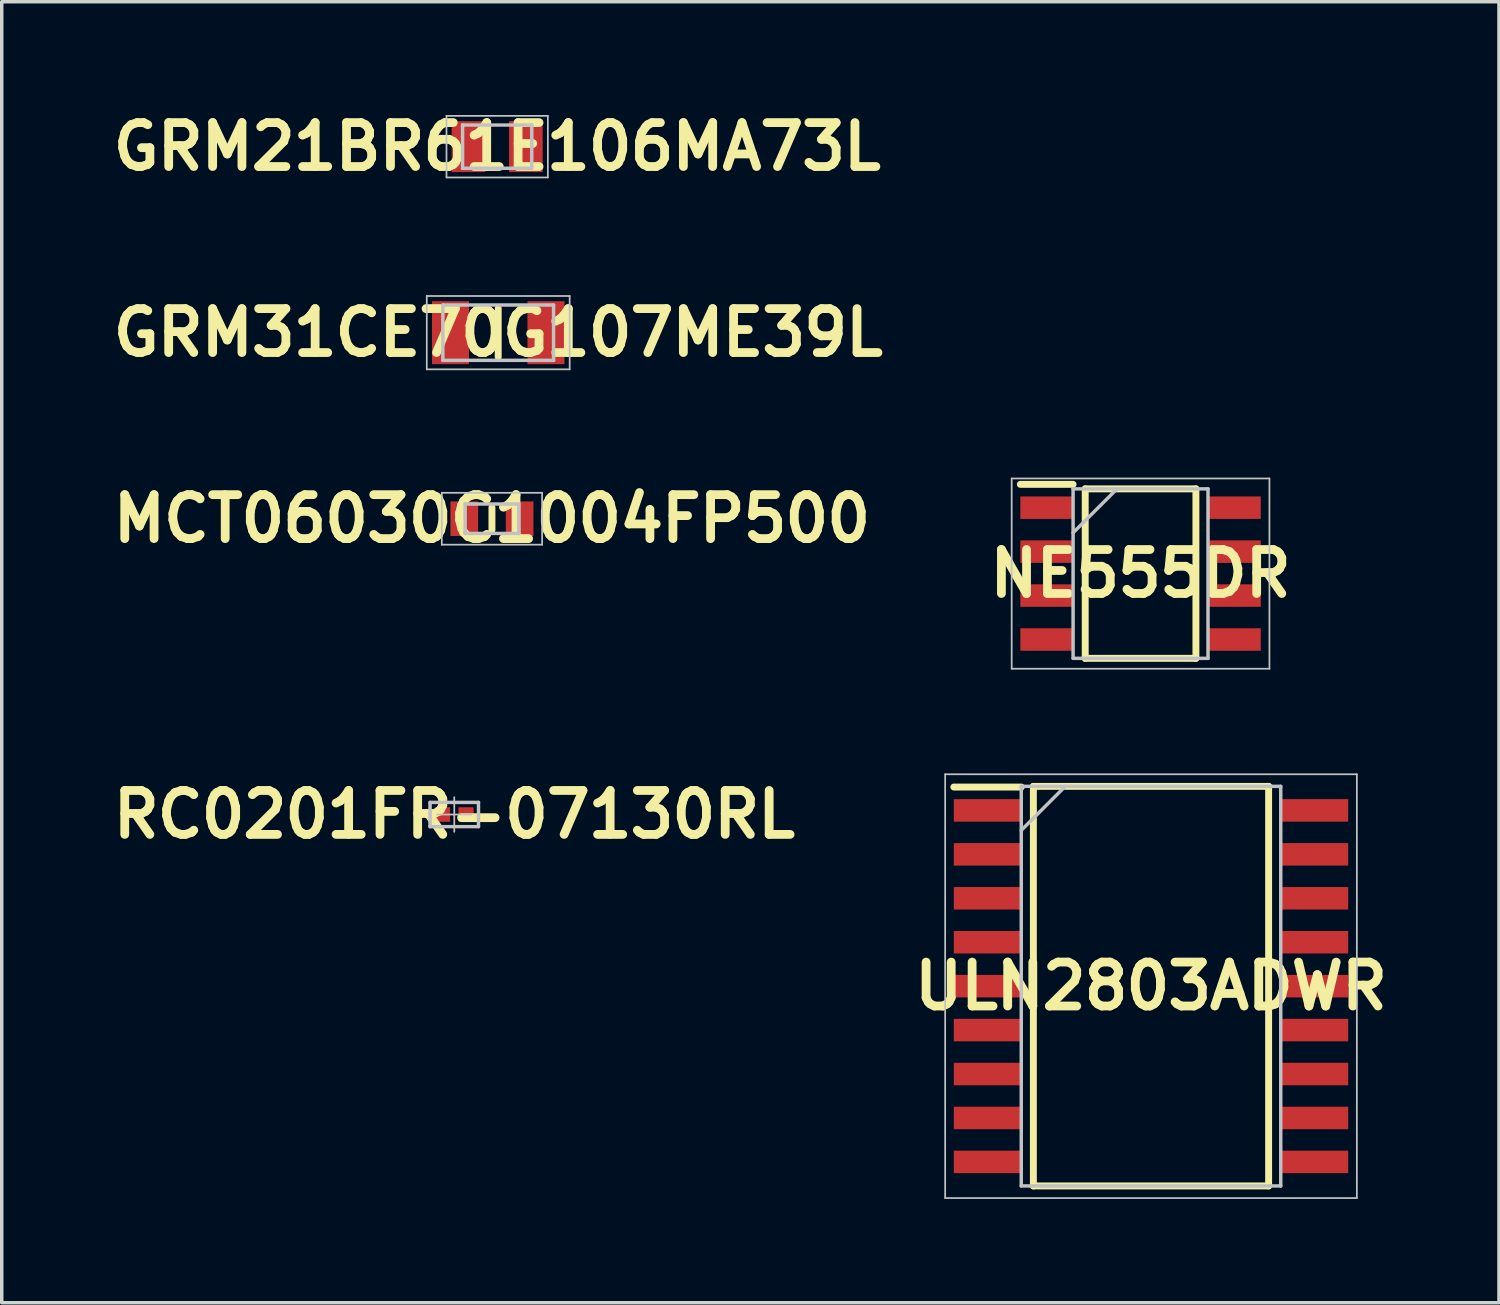
<source format=kicad_pcb>
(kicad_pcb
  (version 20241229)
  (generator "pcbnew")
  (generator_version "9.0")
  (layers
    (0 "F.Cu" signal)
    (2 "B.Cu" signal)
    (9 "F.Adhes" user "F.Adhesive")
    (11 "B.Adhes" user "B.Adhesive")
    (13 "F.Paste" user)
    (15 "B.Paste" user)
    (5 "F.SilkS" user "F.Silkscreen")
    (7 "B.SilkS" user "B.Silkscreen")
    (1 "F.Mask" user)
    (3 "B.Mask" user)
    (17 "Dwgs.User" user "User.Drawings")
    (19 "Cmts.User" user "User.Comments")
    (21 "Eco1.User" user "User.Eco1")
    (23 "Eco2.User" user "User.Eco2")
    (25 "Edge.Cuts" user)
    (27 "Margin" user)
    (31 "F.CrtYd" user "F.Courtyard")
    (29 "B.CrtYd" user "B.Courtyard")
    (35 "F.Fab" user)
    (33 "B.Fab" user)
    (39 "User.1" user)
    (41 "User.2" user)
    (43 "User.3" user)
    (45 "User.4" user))
  (footprint "RC0201FR-07130RL"
    (layer "F.Cu")
    (at 10.081 20.494)
    (property "Reference" "RC0201FR-07130RL" (at 0 0 0) (layer "F.SilkS") (effects (font (size 1.27 1.27) (thickness 0.254))))
    (attr smd)
    (fp_poly (pts (xy -0.559 -0.203) (xy -0.559 0.203) (xy -0.127 0.203) (xy -0.127 -0.203)) (stroke (width 0.15) (type solid)) (fill yes) (layer "F.Mask"))
    (fp_poly (pts (xy 0.127 -0.203) (xy 0.127 0.203) (xy 0.559 0.203) (xy 0.559 -0.203)) (stroke (width 0.15) (type solid)) (fill yes) (layer "F.Mask"))
    (fp_line (start -0.71 -0.36) (end -0.71 0.36) (stroke (width 0.05) (type solid)) (layer "Dwgs.User"))
    (fp_line (start -0.71 0.36) (end 0.71 0.36) (stroke (width 0.05) (type solid)) (layer "Dwgs.User"))
    (fp_line (start -0.7 -0.35) (end -0.7 0.35) (stroke (width 0.1) (type solid)) (layer "Dwgs.User"))
    (fp_line (start -0.7 0.35) (end 0.7 0.35) (stroke (width 0.1) (type solid)) (layer "Dwgs.User"))
    (fp_line (start -0.5 0) (end 0.5 0) (stroke (width 0.05) (type solid)) (layer "Dwgs.User"))
    (fp_line (start -0.315 -0.165) (end -0.315 0.165) (stroke (width 0.001) (type solid)) (layer "Dwgs.User"))
    (fp_line (start -0.315 0.165) (end 0.315 0.165) (stroke (width 0.001) (type solid)) (layer "Dwgs.User"))
    (fp_line (start 0 0.5) (end 0 -0.5) (stroke (width 0.05) (type solid)) (layer "Dwgs.User"))
    (fp_line (start 0.315 -0.165) (end -0.315 -0.165) (stroke (width 0.001) (type solid)) (layer "Dwgs.User"))
    (fp_line (start 0.315 0.165) (end 0.315 -0.165) (stroke (width 0.001) (type solid)) (layer "Dwgs.User"))
    (fp_line (start 0.7 -0.35) (end -0.7 -0.35) (stroke (width 0.1) (type solid)) (layer "Dwgs.User"))
    (fp_line (start 0.7 0.35) (end 0.7 -0.35) (stroke (width 0.1) (type solid)) (layer "Dwgs.User"))
    (fp_line (start 0.71 -0.36) (end -0.71 -0.36) (stroke (width 0.05) (type solid)) (layer "Dwgs.User"))
    (fp_line (start 0.71 0.36) (end 0.71 -0.36) (stroke (width 0.05) (type solid)) (layer "Dwgs.User"))
    (pad "1" smd rect (at -0.34 0 90) (size 0.42 0.44) (layers "F.Cu" "F.Paste"))
    (pad "2" smd rect (at 0.34 0 90) (size 0.42 0.44) (layers "F.Cu" "F.Paste")))
  (footprint "NE555DR"
    (layer "F.Cu")
    (at 29.918 13.53)
    (property "Reference" "NE555DR" (at 0 0 0) (layer "F.SilkS") (effects (font (size 1.27 1.27) (thickness 0.254))))
    (attr smd)
    (fp_line (start -3.475 -2.58) (end -1.95 -2.58) (stroke (width 0.2) (type solid)) (layer "F.SilkS"))
    (fp_line (start -1.6 -2.45) (end 1.6 -2.45) (stroke (width 0.2) (type solid)) (layer "F.SilkS"))
    (fp_line (start -1.6 2.45) (end -1.6 -2.45) (stroke (width 0.2) (type solid)) (layer "F.SilkS"))
    (fp_line (start 1.6 -2.45) (end 1.6 2.45) (stroke (width 0.2) (type solid)) (layer "F.SilkS"))
    (fp_line (start 1.6 2.45) (end -1.6 2.45) (stroke (width 0.2) (type solid)) (layer "F.SilkS"))
    (fp_line (start -3.725 -2.75) (end 3.725 -2.75) (stroke (width 0.05) (type solid)) (layer "Dwgs.User"))
    (fp_line (start -3.725 2.75) (end -3.725 -2.75) (stroke (width 0.05) (type solid)) (layer "Dwgs.User"))
    (fp_line (start -1.95 -2.45) (end 1.95 -2.45) (stroke (width 0.1) (type solid)) (layer "Dwgs.User"))
    (fp_line (start -1.95 -1.18) (end -0.68 -2.45) (stroke (width 0.1) (type solid)) (layer "Dwgs.User"))
    (fp_line (start -1.95 2.45) (end -1.95 -2.45) (stroke (width 0.1) (type solid)) (layer "Dwgs.User"))
    (fp_line (start 1.95 -2.45) (end 1.95 2.45) (stroke (width 0.1) (type solid)) (layer "Dwgs.User"))
    (fp_line (start 1.95 2.45) (end -1.95 2.45) (stroke (width 0.1) (type solid)) (layer "Dwgs.User"))
    (fp_line (start 3.725 -2.75) (end 3.725 2.75) (stroke (width 0.05) (type solid)) (layer "Dwgs.User"))
    (fp_line (start 3.725 2.75) (end -3.725 2.75) (stroke (width 0.05) (type solid)) (layer "Dwgs.User"))
    (pad "1" smd rect (at -2.712 -1.905 90) (size 0.65 1.525) (layers "F.Cu" "F.Paste"))
    (pad "2" smd rect (at -2.712 -0.635 90) (size 0.65 1.525) (layers "F.Cu" "F.Paste"))
    (pad "3" smd rect (at -2.712 0.635 90) (size 0.65 1.525) (layers "F.Cu" "F.Paste"))
    (pad "4" smd rect (at -2.712 1.905 90) (size 0.65 1.525) (layers "F.Cu" "F.Paste"))
    (pad "5" smd rect (at 2.712 1.905 90) (size 0.65 1.525) (layers "F.Cu" "F.Paste"))
    (pad "6" smd rect (at 2.712 0.635 90) (size 0.65 1.525) (layers "F.Cu" "F.Paste"))
    (pad "7" smd rect (at 2.712 -0.635 90) (size 0.65 1.525) (layers "F.Cu" "F.Paste"))
    (pad "8" smd rect (at 2.712 -1.905 90) (size 0.65 1.525) (layers "F.Cu" "F.Paste")))
  (footprint "ULN2803ADWR"
    (layer "F.Cu")
    (at 30.22 25.455)
    (property "Reference" "ULN2803ADWR" (at 0 0 0) (layer "F.SilkS") (effects (font (size 1.27 1.27) (thickness 0.254))))
    (attr smd)
    (fp_line (start -5.7 -5.755) (end -3.75 -5.755) (stroke (width 0.2) (type solid)) (layer "F.SilkS"))
    (fp_line (start -3.4 -5.775) (end 3.4 -5.775) (stroke (width 0.2) (type solid)) (layer "F.SilkS"))
    (fp_line (start -3.4 5.775) (end -3.4 -5.775) (stroke (width 0.2) (type solid)) (layer "F.SilkS"))
    (fp_line (start 3.4 -5.775) (end 3.4 5.775) (stroke (width 0.2) (type solid)) (layer "F.SilkS"))
    (fp_line (start 3.4 5.775) (end -3.4 5.775) (stroke (width 0.2) (type solid)) (layer "F.SilkS"))
    (fp_line (start -5.95 -6.125) (end 5.95 -6.125) (stroke (width 0.05) (type solid)) (layer "Dwgs.User"))
    (fp_line (start -5.95 6.125) (end -5.95 -6.125) (stroke (width 0.05) (type solid)) (layer "Dwgs.User"))
    (fp_line (start -3.75 -5.775) (end 3.75 -5.775) (stroke (width 0.1) (type solid)) (layer "Dwgs.User"))
    (fp_line (start -3.75 -4.505) (end -2.48 -5.775) (stroke (width 0.1) (type solid)) (layer "Dwgs.User"))
    (fp_line (start -3.75 5.775) (end -3.75 -5.775) (stroke (width 0.1) (type solid)) (layer "Dwgs.User"))
    (fp_line (start 3.75 -5.775) (end 3.75 5.775) (stroke (width 0.1) (type solid)) (layer "Dwgs.User"))
    (fp_line (start 3.75 5.775) (end -3.75 5.775) (stroke (width 0.1) (type solid)) (layer "Dwgs.User"))
    (fp_line (start 5.95 -6.125) (end 5.95 6.125) (stroke (width 0.05) (type solid)) (layer "Dwgs.User"))
    (fp_line (start 5.95 6.125) (end -5.95 6.125) (stroke (width 0.05) (type solid)) (layer "Dwgs.User"))
    (pad "1" smd rect (at -4.725 -5.08 90) (size 0.65 1.95) (layers "F.Cu" "F.Paste"))
    (pad "2" smd rect (at -4.725 -3.81 90) (size 0.65 1.95) (layers "F.Cu" "F.Paste"))
    (pad "3" smd rect (at -4.725 -2.54 90) (size 0.65 1.95) (layers "F.Cu" "F.Paste"))
    (pad "4" smd rect (at -4.725 -1.27 90) (size 0.65 1.95) (layers "F.Cu" "F.Paste"))
    (pad "5" smd rect (at -4.725 0 90) (size 0.65 1.95) (layers "F.Cu" "F.Paste"))
    (pad "6" smd rect (at -4.725 1.27 90) (size 0.65 1.95) (layers "F.Cu" "F.Paste"))
    (pad "7" smd rect (at -4.725 2.54 90) (size 0.65 1.95) (layers "F.Cu" "F.Paste"))
    (pad "8" smd rect (at -4.725 3.81 90) (size 0.65 1.95) (layers "F.Cu" "F.Paste"))
    (pad "9" smd rect (at -4.725 5.08 90) (size 0.65 1.95) (layers "F.Cu" "F.Paste"))
    (pad "10" smd rect (at 4.725 5.08 90) (size 0.65 1.95) (layers "F.Cu" "F.Paste"))
    (pad "11" smd rect (at 4.725 3.81 90) (size 0.65 1.95) (layers "F.Cu" "F.Paste"))
    (pad "12" smd rect (at 4.725 2.54 90) (size 0.65 1.95) (layers "F.Cu" "F.Paste"))
    (pad "13" smd rect (at 4.725 1.27 90) (size 0.65 1.95) (layers "F.Cu" "F.Paste"))
    (pad "14" smd rect (at 4.725 0 90) (size 0.65 1.95) (layers "F.Cu" "F.Paste"))
    (pad "15" smd rect (at 4.725 -1.27 90) (size 0.65 1.95) (layers "F.Cu" "F.Paste"))
    (pad "16" smd rect (at 4.725 -2.54 90) (size 0.65 1.95) (layers "F.Cu" "F.Paste"))
    (pad "17" smd rect (at 4.725 -3.81 90) (size 0.65 1.95) (layers "F.Cu" "F.Paste"))
    (pad "18" smd rect (at 4.725 -5.08 90) (size 0.65 1.95) (layers "F.Cu" "F.Paste")))
  (footprint "GRM21BR61E106MA73L"
    (layer "F.Cu")
    (at 11.321 1.189)
    (property "Reference" "GRM21BR61E106MA73L" (at 0 0 0) (layer "F.SilkS") (effects (font (size 1.27 1.27) (thickness 0.254))))
    (attr smd)
    (fp_line (start -1.465 -0.89) (end 1.465 -0.89) (stroke (width 0.05) (type solid)) (layer "Dwgs.User"))
    (fp_line (start -1.465 0.89) (end -1.465 -0.89) (stroke (width 0.05) (type solid)) (layer "Dwgs.User"))
    (fp_line (start -1 -0.625) (end 1 -0.625) (stroke (width 0.1) (type solid)) (layer "Dwgs.User"))
    (fp_line (start -1 0.625) (end -1 -0.625) (stroke (width 0.1) (type solid)) (layer "Dwgs.User"))
    (fp_line (start 1 -0.625) (end 1 0.625) (stroke (width 0.1) (type solid)) (layer "Dwgs.User"))
    (fp_line (start 1 0.625) (end -1 0.625) (stroke (width 0.1) (type solid)) (layer "Dwgs.User"))
    (fp_line (start 1.465 -0.89) (end 1.465 0.89) (stroke (width 0.05) (type solid)) (layer "Dwgs.User"))
    (fp_line (start 1.465 0.89) (end -1.465 0.89) (stroke (width 0.05) (type solid)) (layer "Dwgs.User"))
    (pad "1" smd rect (at -0.83 0) (size 0.97 1.47) (layers "F.Cu" "F.Paste"))
    (pad "2" smd rect (at 0.83 0) (size 0.97 1.47) (layers "F.Cu" "F.Paste")))
  (footprint "GRM31CE70G107ME39L"
    (layer "F.Cu")
    (at 11.351 6.566)
    (property "Reference" "GRM31CE70G107ME39L" (at 0 0 0) (layer "F.SilkS") (effects (font (size 1.27 1.27) (thickness 0.254))))
    (attr smd)
    (fp_line (start 0 -0.7) (end 0 0.7) (stroke (width 0.2) (type solid)) (layer "F.SilkS"))
    (fp_line (start -2.065 -1.06) (end 2.065 -1.06) (stroke (width 0.05) (type solid)) (layer "Dwgs.User"))
    (fp_line (start -2.065 1.06) (end -2.065 -1.06) (stroke (width 0.05) (type solid)) (layer "Dwgs.User"))
    (fp_line (start -1.6 -0.8) (end 1.6 -0.8) (stroke (width 0.1) (type solid)) (layer "Dwgs.User"))
    (fp_line (start -1.6 0.8) (end -1.6 -0.8) (stroke (width 0.1) (type solid)) (layer "Dwgs.User"))
    (fp_line (start 1.6 -0.8) (end 1.6 0.8) (stroke (width 0.1) (type solid)) (layer "Dwgs.User"))
    (fp_line (start 1.6 0.8) (end -1.6 0.8) (stroke (width 0.1) (type solid)) (layer "Dwgs.User"))
    (fp_line (start 2.065 -1.06) (end 2.065 1.06) (stroke (width 0.05) (type solid)) (layer "Dwgs.User"))
    (fp_line (start 2.065 1.06) (end -2.065 1.06) (stroke (width 0.05) (type solid)) (layer "Dwgs.User"))
    (pad "1" smd rect (at -1.38 0) (size 1.07 1.82) (layers "F.Cu" "F.Paste"))
    (pad "2" smd rect (at 1.38 0) (size 1.07 1.82) (layers "F.Cu" "F.Paste")))
  (footprint "MCT06030C1004FP500"
    (layer "F.Cu")
    (at 11.17 11.944)
    (property "Reference" "MCT06030C1004FP500" (at 0 0 0) (layer "F.SilkS") (effects (font (size 1.27 1.27) (thickness 0.254))))
    (attr smd)
    (fp_line (start 0 -0.325) (end 0 0.325) (stroke (width 0.2) (type solid)) (layer "F.SilkS"))
    (fp_line (start -1.45 -0.75) (end 1.45 -0.75) (stroke (width 0.05) (type solid)) (layer "Dwgs.User"))
    (fp_line (start -1.45 0.75) (end -1.45 -0.75) (stroke (width 0.05) (type solid)) (layer "Dwgs.User"))
    (fp_line (start -0.775 -0.425) (end 0.775 -0.425) (stroke (width 0.1) (type solid)) (layer "Dwgs.User"))
    (fp_line (start -0.775 0.425) (end -0.775 -0.425) (stroke (width 0.1) (type solid)) (layer "Dwgs.User"))
    (fp_line (start 0.775 -0.425) (end 0.775 0.425) (stroke (width 0.1) (type solid)) (layer "Dwgs.User"))
    (fp_line (start 0.775 0.425) (end -0.775 0.425) (stroke (width 0.1) (type solid)) (layer "Dwgs.User"))
    (fp_line (start 1.45 -0.75) (end 1.45 0.75) (stroke (width 0.05) (type solid)) (layer "Dwgs.User"))
    (fp_line (start 1.45 0.75) (end -1.45 0.75) (stroke (width 0.05) (type solid)) (layer "Dwgs.User"))
    (pad "1" smd rect (at -0.8 0) (size 0.8 1) (layers "F.Cu" "F.Paste"))
    (pad "2" smd rect (at 0.8 0) (size 0.8 1) (layers "F.Cu" "F.Paste")))
  (gr_rect
    (start -3 -3)
    (end 40.278 34.605)
    (stroke (width 0.1) (type default))
    (fill no)
    (layer "Edge.Cuts")))
</source>
